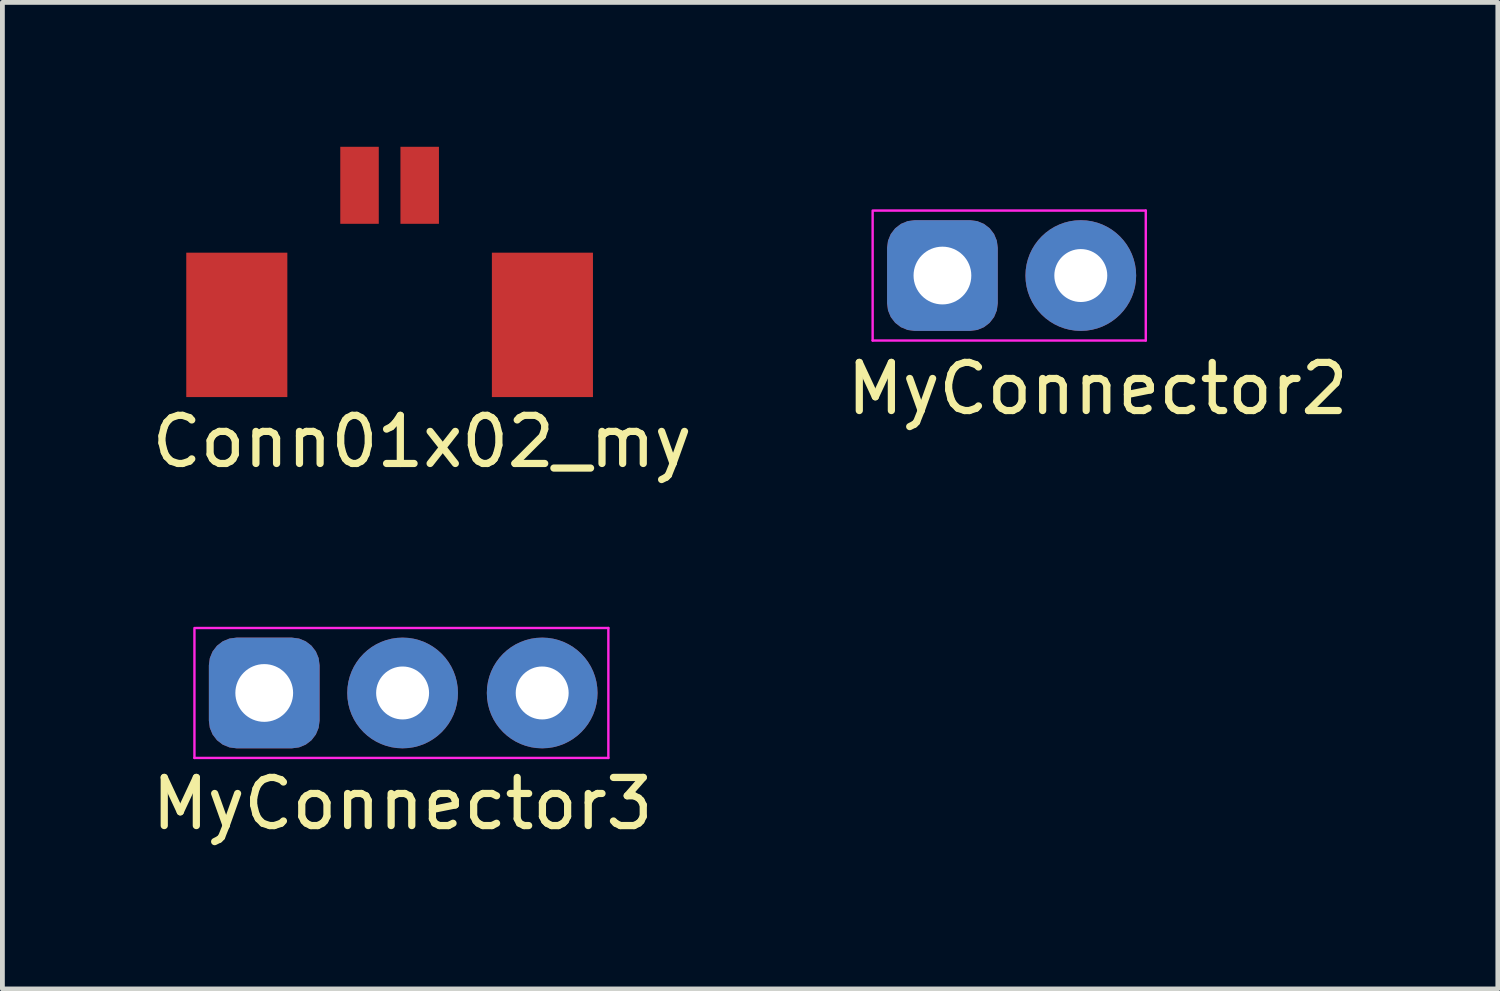
<source format=kicad_pcb>
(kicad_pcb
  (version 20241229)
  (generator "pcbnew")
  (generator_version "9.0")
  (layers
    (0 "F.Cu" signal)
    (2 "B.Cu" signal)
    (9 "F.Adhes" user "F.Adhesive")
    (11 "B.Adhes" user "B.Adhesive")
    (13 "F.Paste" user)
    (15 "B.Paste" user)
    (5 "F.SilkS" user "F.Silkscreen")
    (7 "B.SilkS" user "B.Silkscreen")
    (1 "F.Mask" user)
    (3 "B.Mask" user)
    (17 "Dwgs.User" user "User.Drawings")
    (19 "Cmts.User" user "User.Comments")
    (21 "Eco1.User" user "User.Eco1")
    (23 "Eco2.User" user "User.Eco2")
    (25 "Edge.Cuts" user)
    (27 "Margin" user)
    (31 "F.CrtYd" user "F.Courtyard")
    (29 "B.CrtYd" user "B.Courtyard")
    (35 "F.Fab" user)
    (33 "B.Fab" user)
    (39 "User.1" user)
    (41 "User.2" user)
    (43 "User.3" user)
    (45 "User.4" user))
  (footprint "MyConnector2"
    (layer "F.Cu")
    (at 19.431 0.25)
    (property "Reference" "MyConnector2" (at 0.325 4.775 0) (layer "F.SilkS") (effects (font (size 1 1) (thickness 0.15))))
    (attr through_hole)
    (fp_line (start -4.35 3.775) (end -4.35 1.075) (stroke (width 0.05) (type solid)) (layer "F.CrtYd"))
    (fp_line (start -4.325 1.075) (end 1.325 1.075) (stroke (width 0.05) (type solid)) (layer "F.CrtYd"))
    (fp_line (start 1.325 1.075) (end 1.325 3.775) (stroke (width 0.05) (type solid)) (layer "F.CrtYd"))
    (fp_line (start 1.325 3.775) (end -4.35 3.775) (stroke (width 0.05) (type solid)) (layer "F.CrtYd"))
    (pad "1" thru_hole roundrect (at -2.9 2.425) (size 2.3 2.3) (drill 1.2) (layers "*.Cu" "*.Mask") (roundrect_rratio 0.25))
    (pad "2" thru_hole circle (at -0.025 2.425) (size 2.3 2.3) (drill 1.1) (layers "*.Cu" "*.Mask")))
  (footprint "Conn01x02_my"
    (layer "F.Cu")
    (at 5.045 3.85)
    (property "Reference" "Conn01x02_my" (at 0.675 2.275 0) (layer "F.SilkS") (effects (font (size 1 1) (thickness 0.15))))
    (attr through_hole)
    (pad "1" smd rect (at -0.625 -3.05) (size 0.8 1.6) (layers "F.Cu" "F.Mask" "F.Paste"))
    (pad "2" smd rect (at 0.625 -3.05) (size 0.8 1.6) (layers "F.Cu" "F.Mask" "F.Paste"))
    (pad "MP" smd rect (at -3.175 -0.15) (size 2.1 3) (layers "F.Cu" "F.Mask" "F.Paste"))
    (pad "MP" smd rect (at 3.175 -0.15) (size 2.1 3) (layers "F.Cu" "F.Mask" "F.Paste")))
  (footprint "MyConnector3"
    (layer "F.Cu")
    (at 5.315 11.348)
    (property "Reference" "MyConnector3" (at 0 2.3 0) (layer "F.SilkS") (effects (font (size 1 1) (thickness 0.15))))
    (attr through_hole)
    (fp_line (start -4.325 1.35) (end -4.325 -1.35) (stroke (width 0.05) (type solid)) (layer "F.CrtYd"))
    (fp_line (start -4.3 -1.35) (end 4.275 -1.35) (stroke (width 0.05) (type solid)) (layer "F.CrtYd"))
    (fp_line (start 4.275 -1.35) (end 4.275 1.35) (stroke (width 0.05) (type solid)) (layer "F.CrtYd"))
    (fp_line (start 4.275 1.35) (end -4.325 1.35) (stroke (width 0.05) (type solid)) (layer "F.CrtYd"))
    (pad "1" thru_hole roundrect (at -2.875 0) (size 2.3 2.3) (drill 1.2) (layers "*.Cu" "*.Mask") (roundrect_rratio 0.25))
    (pad "2" thru_hole circle (at 0 0) (size 2.3 2.3) (drill 1.1) (layers "*.Cu" "*.Mask"))
    (pad "3" thru_hole circle (at 2.9 0) (size 2.3 2.3) (drill 1.1) (layers "*.Cu" "*.Mask")))
  (gr_rect
    (start -3 -3)
    (end 28.071 17.497)
    (stroke (width 0.1) (type default))
    (fill no)
    (layer "Edge.Cuts")))
</source>
